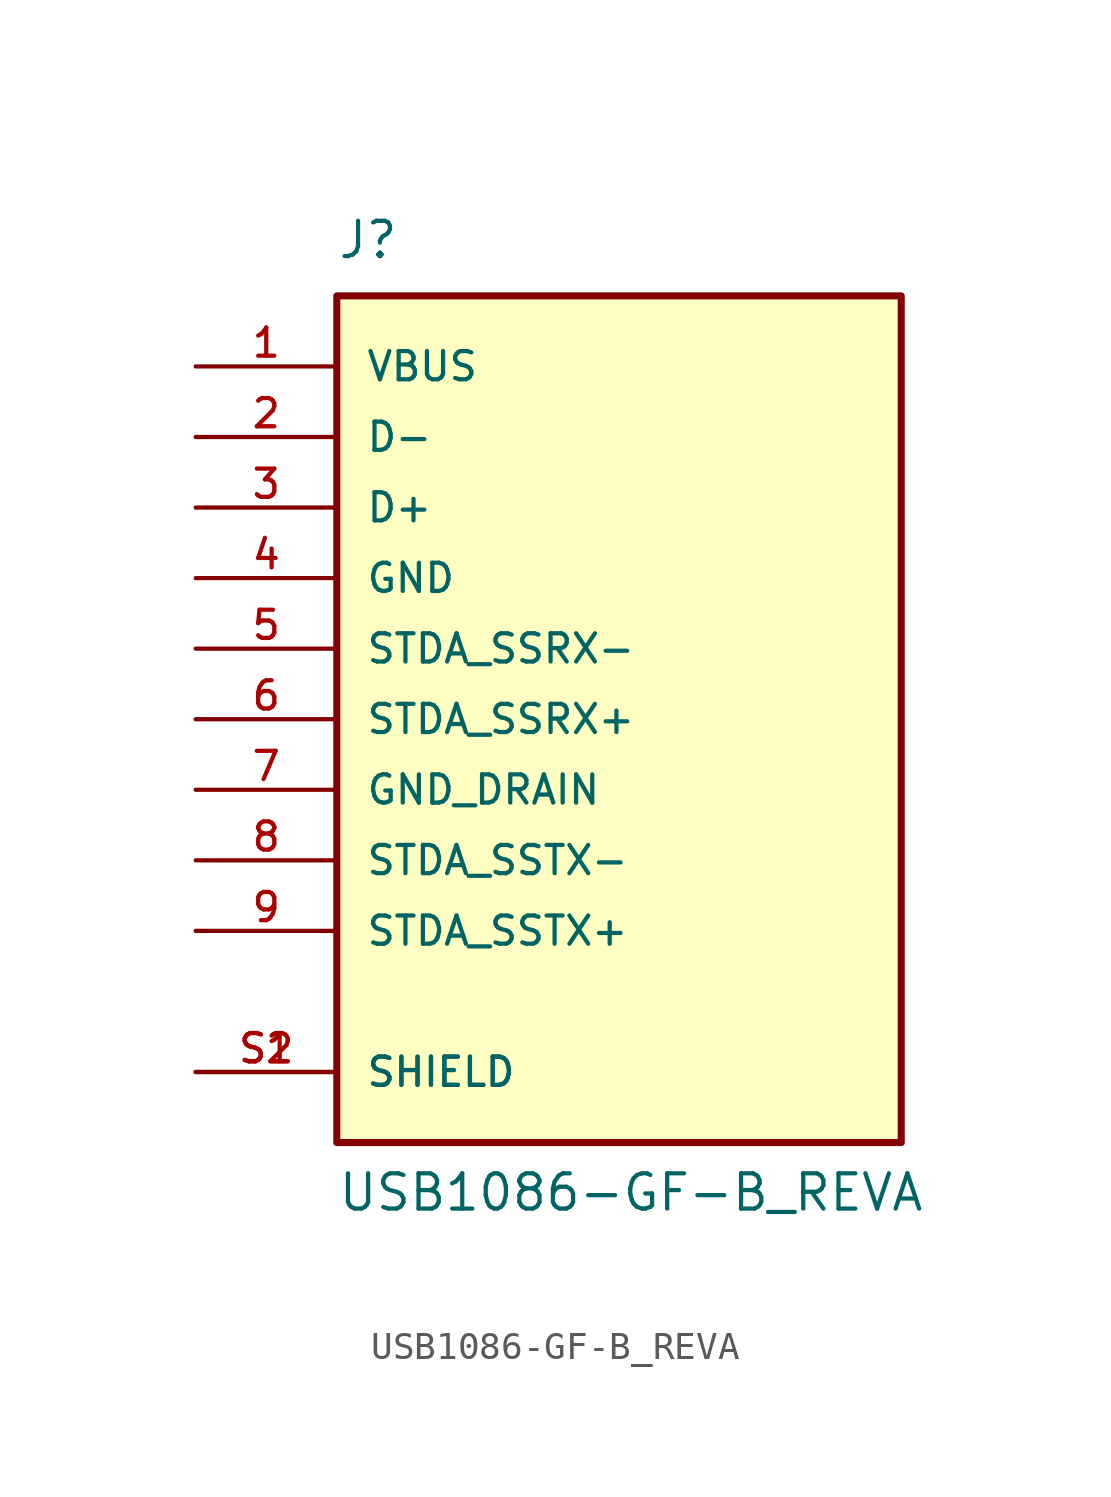
<source format=kicad_sym>
(kicad_symbol_lib
  (version 20211014)
  (generator kicad_symbol_editor)
  (symbol "USB1086-GF-B_REVA"
    (pin_names
      (offset 1.016))
    (property "Reference" "J"
      (at -10.16 16.51 0)
      (effects (font (size 1.27 1.27)) (justify bottom left)))
    (property "Value" "USB1086-GF-B_REVA"
      (at -10.16 -17.78 0)
      (effects (font (size 1.27 1.27)) (justify bottom left)))
    (symbol "USB1086-GF-B_REVA_0_0"
      (rectangle (start -10.16 -15.24) (end 10.16 15.24) (stroke (width 0.254)) (fill (type background)))
      (pin power_in line (at -15.24 12.7 0) (length 5.08) (name "VBUS" (effects (font (size 1.016 1.016)))) (number "1" (effects (font (size 1.016 1.016)))))
      (pin bidirectional line (at -15.24 10.16 0) (length 5.08) (name "D-" (effects (font (size 1.016 1.016)))) (number "2" (effects (font (size 1.016 1.016)))))
      (pin bidirectional line (at -15.24 7.62 0) (length 5.08) (name "D+" (effects (font (size 1.016 1.016)))) (number "3" (effects (font (size 1.016 1.016)))))
      (pin power_in line (at -15.24 5.08 0) (length 5.08) (name "GND" (effects (font (size 1.016 1.016)))) (number "4" (effects (font (size 1.016 1.016)))))
      (pin bidirectional line (at -15.24 2.54 0) (length 5.08) (name "STDA_SSRX-" (effects (font (size 1.016 1.016)))) (number "5" (effects (font (size 1.016 1.016)))))
      (pin bidirectional line (at -15.24 0.0 0) (length 5.08) (name "STDA_SSRX+" (effects (font (size 1.016 1.016)))) (number "6" (effects (font (size 1.016 1.016)))))
      (pin power_in line (at -15.24 -2.54 0) (length 5.08) (name "GND_DRAIN" (effects (font (size 1.016 1.016)))) (number "7" (effects (font (size 1.016 1.016)))))
      (pin bidirectional line (at -15.24 -5.08 0) (length 5.08) (name "STDA_SSTX-" (effects (font (size 1.016 1.016)))) (number "8" (effects (font (size 1.016 1.016)))))
      (pin bidirectional line (at -15.24 -7.62 0) (length 5.08) (name "STDA_SSTX+" (effects (font (size 1.016 1.016)))) (number "9" (effects (font (size 1.016 1.016)))))
      (pin passive line (at -15.24 -12.7 0) (length 5.08) (name "SHIELD" (effects (font (size 1.016 1.016)))) (number "S1" (effects (font (size 1.016 1.016)))))
      (pin passive line (at -15.24 -12.7 0) (length 5.08) (name "SHIELD" (effects (font (size 1.016 1.016)))) (number "S2" (effects (font (size 1.016 1.016))))))))
</source>
